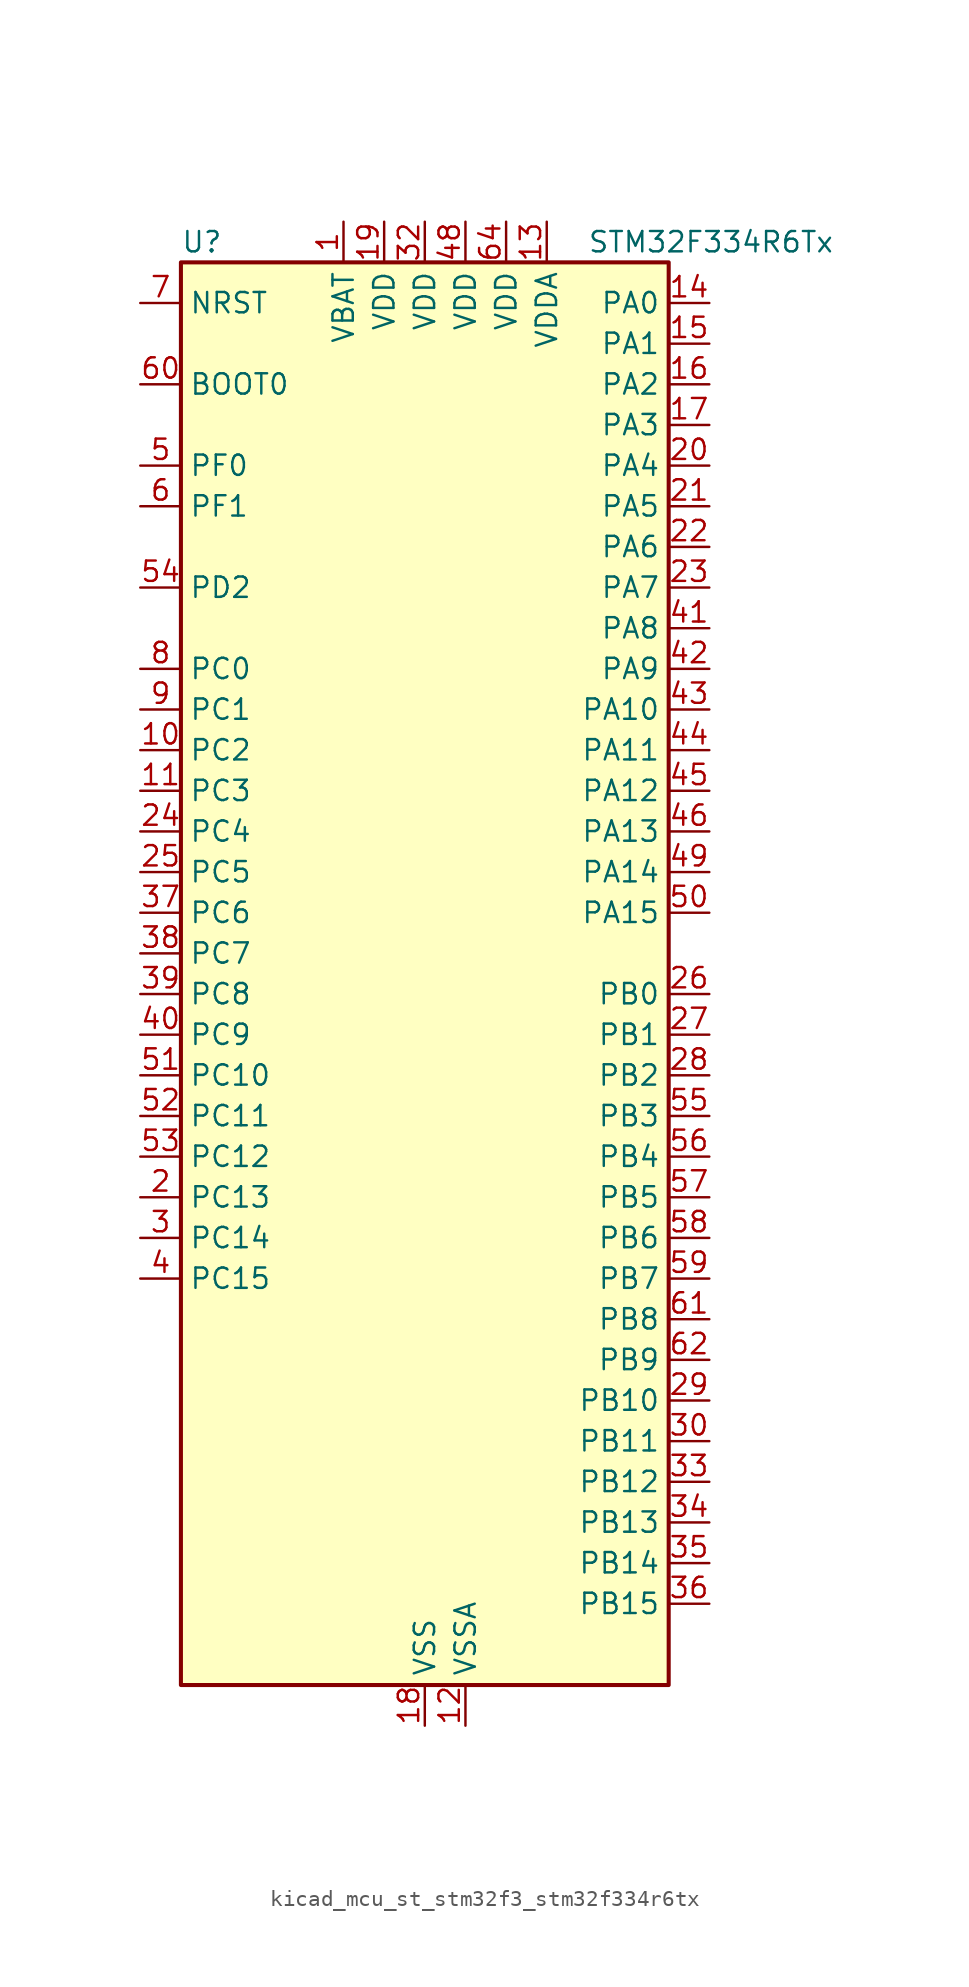
<source format=kicad_sym>
(kicad_symbol_lib
  (version 20220914)
  (generator kicad_symbol_editor)
  (symbol "kicad_mcu_st_stm32f3_stm32f334r6tx"
    (property "Reference" "U"
      (at -15.24 46.99 0)
      (effects (font (size 1.27 1.27)) (justify left)))
    (property "Value" "STM32F334R6Tx"
      (at 10.16 46.99 0)
      (effects (font (size 1.27 1.27)) (justify left)))
    (property "ki_locked" ""
      (at 0 0 0)
      (effects (font (size 1.27 1.27))))
    (symbol "kicad_mcu_st_stm32f3_stm32f334r6tx_0_1"
      (rectangle (start -15.24 -43.18) (end 15.24 45.72) (stroke (width 0.254) (type default)) (fill (type background))))
    (symbol "kicad_mcu_st_stm32f3_stm32f334r6tx_1_1"
      (pin power_in line (at -5.08 48.26 270) (length 2.54) (name "VBAT" (effects (font (size 1.27 1.27)))) (number "1" (effects (font (size 1.27 1.27)))))
      (pin bidirectional line (at -17.78 15.24 0) (length 2.54) (name "PC2" (effects (font (size 1.27 1.27)))) (number "10" (effects (font (size 1.27 1.27)))) (alternate "ADC1_IN8" bidirectional line) (alternate "ADC2_IN8" bidirectional line) (alternate "TIM1_CH3" bidirectional line))
      (pin bidirectional line (at -17.78 12.7 0) (length 2.54) (name "PC3" (effects (font (size 1.27 1.27)))) (number "11" (effects (font (size 1.27 1.27)))) (alternate "ADC1_IN9" bidirectional line) (alternate "ADC2_IN9" bidirectional line) (alternate "TIM1_BKIN2" bidirectional line) (alternate "TIM1_CH4" bidirectional line))
      (pin power_in line (at 2.54 -45.72 90) (length 2.54) (name "VSSA" (effects (font (size 1.27 1.27)))) (number "12" (effects (font (size 1.27 1.27)))))
      (pin power_in line (at 7.62 48.26 270) (length 2.54) (name "VDDA" (effects (font (size 1.27 1.27)))) (number "13" (effects (font (size 1.27 1.27)))))
      (pin bidirectional line (at 17.78 43.18 180) (length 2.54) (name "PA0" (effects (font (size 1.27 1.27)))) (number "14" (effects (font (size 1.27 1.27)))) (alternate "ADC1_IN1" bidirectional line) (alternate "RTC_TAMP2" bidirectional line) (alternate "SYS_WKUP1" bidirectional line) (alternate "TIM2_CH1" bidirectional line) (alternate "TIM2_ETR" bidirectional line) (alternate "TSC_G1_IO1" bidirectional line) (alternate "USART2_CTS" bidirectional line))
      (pin bidirectional line (at 17.78 40.64 180) (length 2.54) (name "PA1" (effects (font (size 1.27 1.27)))) (number "15" (effects (font (size 1.27 1.27)))) (alternate "ADC1_IN2" bidirectional line) (alternate "RTC_REFIN" bidirectional line) (alternate "TIM15_CH1N" bidirectional line) (alternate "TIM2_CH2" bidirectional line) (alternate "TSC_G1_IO2" bidirectional line) (alternate "USART2_DE" bidirectional line) (alternate "USART2_RTS" bidirectional line))
      (pin bidirectional line (at 17.78 38.1 180) (length 2.54) (name "PA2" (effects (font (size 1.27 1.27)))) (number "16" (effects (font (size 1.27 1.27)))) (alternate "ADC1_IN3" bidirectional line) (alternate "COMP2_INM" bidirectional line) (alternate "COMP2_OUT" bidirectional line) (alternate "TIM15_CH1" bidirectional line) (alternate "TIM2_CH3" bidirectional line) (alternate "TSC_G1_IO3" bidirectional line) (alternate "USART2_TX" bidirectional line))
      (pin bidirectional line (at 17.78 35.56 180) (length 2.54) (name "PA3" (effects (font (size 1.27 1.27)))) (number "17" (effects (font (size 1.27 1.27)))) (alternate "ADC1_IN4" bidirectional line) (alternate "TIM15_CH2" bidirectional line) (alternate "TIM2_CH4" bidirectional line) (alternate "TSC_G1_IO4" bidirectional line) (alternate "USART2_RX" bidirectional line))
      (pin power_in line (at 0 -45.72 90) (length 2.54) (name "VSS" (effects (font (size 1.27 1.27)))) (number "18" (effects (font (size 1.27 1.27)))))
      (pin power_in line (at -2.54 48.26 270) (length 2.54) (name "VDD" (effects (font (size 1.27 1.27)))) (number "19" (effects (font (size 1.27 1.27)))))
      (pin bidirectional line (at -17.78 -12.7 0) (length 2.54) (name "PC13" (effects (font (size 1.27 1.27)))) (number "2" (effects (font (size 1.27 1.27)))) (alternate "RTC_OUT_ALARM" bidirectional line) (alternate "RTC_OUT_CALIB" bidirectional line) (alternate "RTC_TAMP1" bidirectional line) (alternate "RTC_TS" bidirectional line) (alternate "SYS_WKUP2" bidirectional line) (alternate "TIM1_CH1N" bidirectional line))
      (pin bidirectional line (at 17.78 33.02 180) (length 2.54) (name "PA4" (effects (font (size 1.27 1.27)))) (number "20" (effects (font (size 1.27 1.27)))) (alternate "ADC2_IN1" bidirectional line) (alternate "COMP2_INM" bidirectional line) (alternate "COMP4_INM" bidirectional line) (alternate "COMP6_INM" bidirectional line) (alternate "DAC1_OUT1" bidirectional line) (alternate "SPI1_NSS" bidirectional line) (alternate "TIM3_CH2" bidirectional line) (alternate "TSC_G2_IO1" bidirectional line) (alternate "USART2_CK" bidirectional line))
      (pin bidirectional line (at 17.78 30.48 180) (length 2.54) (name "PA5" (effects (font (size 1.27 1.27)))) (number "21" (effects (font (size 1.27 1.27)))) (alternate "ADC2_IN2" bidirectional line) (alternate "DAC1_OUT2" bidirectional line) (alternate "OPAMP2_VINM" bidirectional line) (alternate "OPAMP2_VINM_SEC" bidirectional line) (alternate "SPI1_SCK" bidirectional line) (alternate "TIM2_CH1" bidirectional line) (alternate "TIM2_ETR" bidirectional line) (alternate "TSC_G2_IO2" bidirectional line))
      (pin bidirectional line (at 17.78 27.94 180) (length 2.54) (name "PA6" (effects (font (size 1.27 1.27)))) (number "22" (effects (font (size 1.27 1.27)))) (alternate "ADC2_IN3" bidirectional line) (alternate "DAC2_OUT1" bidirectional line) (alternate "OPAMP2_DIG" bidirectional line) (alternate "OPAMP2_VOUT" bidirectional line) (alternate "SPI1_MISO" bidirectional line) (alternate "TIM16_CH1" bidirectional line) (alternate "TIM1_BKIN" bidirectional line) (alternate "TIM3_CH1" bidirectional line) (alternate "TSC_G2_IO3" bidirectional line))
      (pin bidirectional line (at 17.78 25.4 180) (length 2.54) (name "PA7" (effects (font (size 1.27 1.27)))) (number "23" (effects (font (size 1.27 1.27)))) (alternate "ADC2_IN4" bidirectional line) (alternate "COMP2_INP" bidirectional line) (alternate "OPAMP2_VINP" bidirectional line) (alternate "OPAMP2_VINP_SEC" bidirectional line) (alternate "SPI1_MOSI" bidirectional line) (alternate "TIM17_CH1" bidirectional line) (alternate "TIM1_CH1N" bidirectional line) (alternate "TIM3_CH2" bidirectional line) (alternate "TSC_G2_IO4" bidirectional line))
      (pin bidirectional line (at -17.78 10.16 0) (length 2.54) (name "PC4" (effects (font (size 1.27 1.27)))) (number "24" (effects (font (size 1.27 1.27)))) (alternate "ADC2_IN5" bidirectional line) (alternate "TIM1_ETR" bidirectional line) (alternate "USART1_TX" bidirectional line))
      (pin bidirectional line (at -17.78 7.62 0) (length 2.54) (name "PC5" (effects (font (size 1.27 1.27)))) (number "25" (effects (font (size 1.27 1.27)))) (alternate "ADC2_IN11" bidirectional line) (alternate "OPAMP2_VINM" bidirectional line) (alternate "OPAMP2_VINM_SEC" bidirectional line) (alternate "TIM15_BKIN" bidirectional line) (alternate "TSC_G3_IO1" bidirectional line) (alternate "USART1_RX" bidirectional line))
      (pin bidirectional line (at 17.78 0 180) (length 2.54) (name "PB0" (effects (font (size 1.27 1.27)))) (number "26" (effects (font (size 1.27 1.27)))) (alternate "ADC1_IN11" bidirectional line) (alternate "COMP4_INP" bidirectional line) (alternate "OPAMP2_VINP" bidirectional line) (alternate "OPAMP2_VINP_SEC" bidirectional line) (alternate "TIM1_CH2N" bidirectional line) (alternate "TIM3_CH3" bidirectional line) (alternate "TSC_G3_IO2" bidirectional line))
      (pin bidirectional line (at 17.78 -2.54 180) (length 2.54) (name "PB1" (effects (font (size 1.27 1.27)))) (number "27" (effects (font (size 1.27 1.27)))) (alternate "ADC1_IN12" bidirectional line) (alternate "COMP4_OUT" bidirectional line) (alternate "HRTIM1_SCOUT" bidirectional line) (alternate "TIM1_CH3N" bidirectional line) (alternate "TIM3_CH4" bidirectional line) (alternate "TSC_G3_IO3" bidirectional line))
      (pin bidirectional line (at 17.78 -5.08 180) (length 2.54) (name "PB2" (effects (font (size 1.27 1.27)))) (number "28" (effects (font (size 1.27 1.27)))) (alternate "ADC2_IN12" bidirectional line) (alternate "COMP4_INM" bidirectional line) (alternate "HRTIM1_SCIN" bidirectional line) (alternate "TSC_G3_IO4" bidirectional line))
      (pin bidirectional line (at 17.78 -25.4 180) (length 2.54) (name "PB10" (effects (font (size 1.27 1.27)))) (number "29" (effects (font (size 1.27 1.27)))) (alternate "HRTIM1_FLT3" bidirectional line) (alternate "TIM2_CH3" bidirectional line) (alternate "TSC_SYNC" bidirectional line) (alternate "USART3_TX" bidirectional line))
      (pin bidirectional line (at -17.78 -15.24 0) (length 2.54) (name "PC14" (effects (font (size 1.27 1.27)))) (number "3" (effects (font (size 1.27 1.27)))) (alternate "RCC_OSC32_IN" bidirectional line))
      (pin bidirectional line (at 17.78 -27.94 180) (length 2.54) (name "PB11" (effects (font (size 1.27 1.27)))) (number "30" (effects (font (size 1.27 1.27)))) (alternate "ADC1_EXTI11" bidirectional line) (alternate "ADC2_EXTI11" bidirectional line) (alternate "COMP6_INP" bidirectional line) (alternate "HRTIM1_FLT4" bidirectional line) (alternate "TIM2_CH4" bidirectional line) (alternate "TSC_G6_IO1" bidirectional line) (alternate "USART3_RX" bidirectional line))
      (pin passive line (at 0 -45.72 90) (length 2.54) hide (name "VSS" (effects (font (size 1.27 1.27)))) (number "31" (effects (font (size 1.27 1.27)))))
      (pin power_in line (at 0 48.26 270) (length 2.54) (name "VDD" (effects (font (size 1.27 1.27)))) (number "32" (effects (font (size 1.27 1.27)))))
      (pin bidirectional line (at 17.78 -30.48 180) (length 2.54) (name "PB12" (effects (font (size 1.27 1.27)))) (number "33" (effects (font (size 1.27 1.27)))) (alternate "ADC2_IN13" bidirectional line) (alternate "HRTIM1_CHC1" bidirectional line) (alternate "TIM1_BKIN" bidirectional line) (alternate "TSC_G6_IO2" bidirectional line) (alternate "USART3_CK" bidirectional line))
      (pin bidirectional line (at 17.78 -33.02 180) (length 2.54) (name "PB13" (effects (font (size 1.27 1.27)))) (number "34" (effects (font (size 1.27 1.27)))) (alternate "ADC1_IN13" bidirectional line) (alternate "HRTIM1_CHC2" bidirectional line) (alternate "TIM1_CH1N" bidirectional line) (alternate "TSC_G6_IO3" bidirectional line) (alternate "USART3_CTS" bidirectional line))
      (pin bidirectional line (at 17.78 -35.56 180) (length 2.54) (name "PB14" (effects (font (size 1.27 1.27)))) (number "35" (effects (font (size 1.27 1.27)))) (alternate "ADC2_IN14" bidirectional line) (alternate "HRTIM1_CHD1" bidirectional line) (alternate "OPAMP2_VINP" bidirectional line) (alternate "OPAMP2_VINP_SEC" bidirectional line) (alternate "TIM15_CH1" bidirectional line) (alternate "TIM1_CH2N" bidirectional line) (alternate "TSC_G6_IO4" bidirectional line) (alternate "USART3_DE" bidirectional line) (alternate "USART3_RTS" bidirectional line))
      (pin bidirectional line (at 17.78 -38.1 180) (length 2.54) (name "PB15" (effects (font (size 1.27 1.27)))) (number "36" (effects (font (size 1.27 1.27)))) (alternate "ADC1_EXTI15" bidirectional line) (alternate "ADC2_EXTI15" bidirectional line) (alternate "ADC2_IN15" bidirectional line) (alternate "COMP6_INM" bidirectional line) (alternate "HRTIM1_CHD2" bidirectional line) (alternate "RTC_REFIN" bidirectional line) (alternate "TIM15_CH1N" bidirectional line) (alternate "TIM15_CH2" bidirectional line) (alternate "TIM1_CH3N" bidirectional line))
      (pin bidirectional line (at -17.78 5.08 0) (length 2.54) (name "PC6" (effects (font (size 1.27 1.27)))) (number "37" (effects (font (size 1.27 1.27)))) (alternate "COMP6_OUT" bidirectional line) (alternate "HRTIM1_EEV10" bidirectional line) (alternate "TIM3_CH1" bidirectional line))
      (pin bidirectional line (at -17.78 2.54 0) (length 2.54) (name "PC7" (effects (font (size 1.27 1.27)))) (number "38" (effects (font (size 1.27 1.27)))) (alternate "HRTIM1_FLT5" bidirectional line) (alternate "TIM3_CH2" bidirectional line))
      (pin bidirectional line (at -17.78 0 0) (length 2.54) (name "PC8" (effects (font (size 1.27 1.27)))) (number "39" (effects (font (size 1.27 1.27)))) (alternate "HRTIM1_CHE1" bidirectional line) (alternate "TIM3_CH3" bidirectional line))
      (pin bidirectional line (at -17.78 -17.78 0) (length 2.54) (name "PC15" (effects (font (size 1.27 1.27)))) (number "4" (effects (font (size 1.27 1.27)))) (alternate "ADC1_EXTI15" bidirectional line) (alternate "ADC2_EXTI15" bidirectional line) (alternate "RCC_OSC32_OUT" bidirectional line))
      (pin bidirectional line (at -17.78 -2.54 0) (length 2.54) (name "PC9" (effects (font (size 1.27 1.27)))) (number "40" (effects (font (size 1.27 1.27)))) (alternate "DAC1_EXTI9" bidirectional line) (alternate "DAC2_EXTI9" bidirectional line) (alternate "HRTIM1_CHE2" bidirectional line) (alternate "TIM3_CH4" bidirectional line))
      (pin bidirectional line (at 17.78 22.86 180) (length 2.54) (name "PA8" (effects (font (size 1.27 1.27)))) (number "41" (effects (font (size 1.27 1.27)))) (alternate "HRTIM1_CHA1" bidirectional line) (alternate "RCC_MCO" bidirectional line) (alternate "TIM1_CH1" bidirectional line) (alternate "USART1_CK" bidirectional line))
      (pin bidirectional line (at 17.78 20.32 180) (length 2.54) (name "PA9" (effects (font (size 1.27 1.27)))) (number "42" (effects (font (size 1.27 1.27)))) (alternate "DAC1_EXTI9" bidirectional line) (alternate "DAC2_EXTI9" bidirectional line) (alternate "HRTIM1_CHA2" bidirectional line) (alternate "TIM15_BKIN" bidirectional line) (alternate "TIM1_CH2" bidirectional line) (alternate "TIM2_CH3" bidirectional line) (alternate "TSC_G4_IO1" bidirectional line) (alternate "USART1_TX" bidirectional line))
      (pin bidirectional line (at 17.78 17.78 180) (length 2.54) (name "PA10" (effects (font (size 1.27 1.27)))) (number "43" (effects (font (size 1.27 1.27)))) (alternate "COMP6_OUT" bidirectional line) (alternate "HRTIM1_CHB1" bidirectional line) (alternate "TIM17_BKIN" bidirectional line) (alternate "TIM1_CH3" bidirectional line) (alternate "TIM2_CH4" bidirectional line) (alternate "TSC_G4_IO2" bidirectional line) (alternate "USART1_RX" bidirectional line))
      (pin bidirectional line (at 17.78 15.24 180) (length 2.54) (name "PA11" (effects (font (size 1.27 1.27)))) (number "44" (effects (font (size 1.27 1.27)))) (alternate "ADC1_EXTI11" bidirectional line) (alternate "ADC2_EXTI11" bidirectional line) (alternate "CAN_RX" bidirectional line) (alternate "HRTIM1_CHB2" bidirectional line) (alternate "TIM1_BKIN2" bidirectional line) (alternate "TIM1_CH1N" bidirectional line) (alternate "TIM1_CH4" bidirectional line) (alternate "USART1_CTS" bidirectional line))
      (pin bidirectional line (at 17.78 12.7 180) (length 2.54) (name "PA12" (effects (font (size 1.27 1.27)))) (number "45" (effects (font (size 1.27 1.27)))) (alternate "CAN_TX" bidirectional line) (alternate "COMP2_OUT" bidirectional line) (alternate "HRTIM1_FLT1" bidirectional line) (alternate "TIM16_CH1" bidirectional line) (alternate "TIM1_CH2N" bidirectional line) (alternate "TIM1_ETR" bidirectional line) (alternate "USART1_DE" bidirectional line) (alternate "USART1_RTS" bidirectional line))
      (pin bidirectional line (at 17.78 10.16 180) (length 2.54) (name "PA13" (effects (font (size 1.27 1.27)))) (number "46" (effects (font (size 1.27 1.27)))) (alternate "IR_OUT" bidirectional line) (alternate "SYS_JTMS-SWDIO" bidirectional line) (alternate "TIM16_CH1N" bidirectional line) (alternate "TSC_G4_IO3" bidirectional line) (alternate "USART3_CTS" bidirectional line))
      (pin passive line (at 0 -45.72 90) (length 2.54) hide (name "VSS" (effects (font (size 1.27 1.27)))) (number "47" (effects (font (size 1.27 1.27)))))
      (pin power_in line (at 2.54 48.26 270) (length 2.54) (name "VDD" (effects (font (size 1.27 1.27)))) (number "48" (effects (font (size 1.27 1.27)))))
      (pin bidirectional line (at 17.78 7.62 180) (length 2.54) (name "PA14" (effects (font (size 1.27 1.27)))) (number "49" (effects (font (size 1.27 1.27)))) (alternate "I2C1_SDA" bidirectional line) (alternate "SYS_JTCK-SWCLK" bidirectional line) (alternate "TIM1_BKIN" bidirectional line) (alternate "TSC_G4_IO4" bidirectional line) (alternate "USART2_TX" bidirectional line))
      (pin bidirectional line (at -17.78 33.02 0) (length 2.54) (name "PF0" (effects (font (size 1.27 1.27)))) (number "5" (effects (font (size 1.27 1.27)))) (alternate "RCC_OSC_IN" bidirectional line) (alternate "TIM1_CH3N" bidirectional line))
      (pin bidirectional line (at 17.78 5.08 180) (length 2.54) (name "PA15" (effects (font (size 1.27 1.27)))) (number "50" (effects (font (size 1.27 1.27)))) (alternate "ADC1_EXTI15" bidirectional line) (alternate "ADC2_EXTI15" bidirectional line) (alternate "HRTIM1_FLT2" bidirectional line) (alternate "I2C1_SCL" bidirectional line) (alternate "SPI1_NSS" bidirectional line) (alternate "SYS_JTDI" bidirectional line) (alternate "TIM1_BKIN" bidirectional line) (alternate "TIM2_CH1" bidirectional line) (alternate "TIM2_ETR" bidirectional line) (alternate "TSC_SYNC" bidirectional line) (alternate "USART2_RX" bidirectional line))
      (pin bidirectional line (at -17.78 -5.08 0) (length 2.54) (name "PC10" (effects (font (size 1.27 1.27)))) (number "51" (effects (font (size 1.27 1.27)))) (alternate "USART3_TX" bidirectional line))
      (pin bidirectional line (at -17.78 -7.62 0) (length 2.54) (name "PC11" (effects (font (size 1.27 1.27)))) (number "52" (effects (font (size 1.27 1.27)))) (alternate "ADC1_EXTI11" bidirectional line) (alternate "ADC2_EXTI11" bidirectional line) (alternate "HRTIM1_EEV2" bidirectional line) (alternate "USART3_RX" bidirectional line))
      (pin bidirectional line (at -17.78 -10.16 0) (length 2.54) (name "PC12" (effects (font (size 1.27 1.27)))) (number "53" (effects (font (size 1.27 1.27)))) (alternate "HRTIM1_EEV1" bidirectional line) (alternate "USART3_CK" bidirectional line))
      (pin bidirectional line (at -17.78 25.4 0) (length 2.54) (name "PD2" (effects (font (size 1.27 1.27)))) (number "54" (effects (font (size 1.27 1.27)))) (alternate "TIM3_ETR" bidirectional line))
      (pin bidirectional line (at 17.78 -7.62 180) (length 2.54) (name "PB3" (effects (font (size 1.27 1.27)))) (number "55" (effects (font (size 1.27 1.27)))) (alternate "HRTIM1_EEV9" bidirectional line) (alternate "HRTIM1_SCOUT" bidirectional line) (alternate "SPI1_SCK" bidirectional line) (alternate "SYS_JTDO-TRACESWO" bidirectional line) (alternate "TIM2_CH2" bidirectional line) (alternate "TIM3_ETR" bidirectional line) (alternate "TSC_G5_IO1" bidirectional line) (alternate "USART2_TX" bidirectional line))
      (pin bidirectional line (at 17.78 -10.16 180) (length 2.54) (name "PB4" (effects (font (size 1.27 1.27)))) (number "56" (effects (font (size 1.27 1.27)))) (alternate "HRTIM1_EEV7" bidirectional line) (alternate "SPI1_MISO" bidirectional line) (alternate "SYS_NJTRST" bidirectional line) (alternate "TIM16_CH1" bidirectional line) (alternate "TIM17_BKIN" bidirectional line) (alternate "TIM3_CH1" bidirectional line) (alternate "TSC_G5_IO2" bidirectional line) (alternate "USART2_RX" bidirectional line))
      (pin bidirectional line (at 17.78 -12.7 180) (length 2.54) (name "PB5" (effects (font (size 1.27 1.27)))) (number "57" (effects (font (size 1.27 1.27)))) (alternate "HRTIM1_EEV6" bidirectional line) (alternate "I2C1_SMBA" bidirectional line) (alternate "SPI1_MOSI" bidirectional line) (alternate "TIM16_BKIN" bidirectional line) (alternate "TIM17_CH1" bidirectional line) (alternate "TIM3_CH2" bidirectional line) (alternate "USART2_CK" bidirectional line))
      (pin bidirectional line (at 17.78 -15.24 180) (length 2.54) (name "PB6" (effects (font (size 1.27 1.27)))) (number "58" (effects (font (size 1.27 1.27)))) (alternate "HRTIM1_EEV4" bidirectional line) (alternate "HRTIM1_SCIN" bidirectional line) (alternate "I2C1_SCL" bidirectional line) (alternate "TIM16_CH1N" bidirectional line) (alternate "TSC_G5_IO3" bidirectional line) (alternate "USART1_TX" bidirectional line))
      (pin bidirectional line (at 17.78 -17.78 180) (length 2.54) (name "PB7" (effects (font (size 1.27 1.27)))) (number "59" (effects (font (size 1.27 1.27)))) (alternate "HRTIM1_EEV3" bidirectional line) (alternate "I2C1_SDA" bidirectional line) (alternate "TIM17_CH1N" bidirectional line) (alternate "TIM3_CH4" bidirectional line) (alternate "TSC_G5_IO4" bidirectional line) (alternate "USART1_RX" bidirectional line))
      (pin bidirectional line (at -17.78 30.48 0) (length 2.54) (name "PF1" (effects (font (size 1.27 1.27)))) (number "6" (effects (font (size 1.27 1.27)))) (alternate "RCC_OSC_OUT" bidirectional line))
      (pin input line (at -17.78 38.1 0) (length 2.54) (name "BOOT0" (effects (font (size 1.27 1.27)))) (number "60" (effects (font (size 1.27 1.27)))))
      (pin bidirectional line (at 17.78 -20.32 180) (length 2.54) (name "PB8" (effects (font (size 1.27 1.27)))) (number "61" (effects (font (size 1.27 1.27)))) (alternate "CAN_RX" bidirectional line) (alternate "HRTIM1_EEV8" bidirectional line) (alternate "I2C1_SCL" bidirectional line) (alternate "TIM16_CH1" bidirectional line) (alternate "TIM1_BKIN" bidirectional line) (alternate "TSC_SYNC" bidirectional line) (alternate "USART3_RX" bidirectional line))
      (pin bidirectional line (at 17.78 -22.86 180) (length 2.54) (name "PB9" (effects (font (size 1.27 1.27)))) (number "62" (effects (font (size 1.27 1.27)))) (alternate "CAN_TX" bidirectional line) (alternate "COMP2_OUT" bidirectional line) (alternate "DAC1_EXTI9" bidirectional line) (alternate "DAC2_EXTI9" bidirectional line) (alternate "HRTIM1_EEV5" bidirectional line) (alternate "I2C1_SDA" bidirectional line) (alternate "IR_OUT" bidirectional line) (alternate "TIM17_CH1" bidirectional line) (alternate "USART3_TX" bidirectional line))
      (pin passive line (at 0 -45.72 90) (length 2.54) hide (name "VSS" (effects (font (size 1.27 1.27)))) (number "63" (effects (font (size 1.27 1.27)))))
      (pin power_in line (at 5.08 48.26 270) (length 2.54) (name "VDD" (effects (font (size 1.27 1.27)))) (number "64" (effects (font (size 1.27 1.27)))))
      (pin input line (at -17.78 43.18 0) (length 2.54) (name "NRST" (effects (font (size 1.27 1.27)))) (number "7" (effects (font (size 1.27 1.27)))))
      (pin bidirectional line (at -17.78 20.32 0) (length 2.54) (name "PC0" (effects (font (size 1.27 1.27)))) (number "8" (effects (font (size 1.27 1.27)))) (alternate "ADC1_IN6" bidirectional line) (alternate "ADC2_IN6" bidirectional line) (alternate "TIM1_CH1" bidirectional line))
      (pin bidirectional line (at -17.78 17.78 0) (length 2.54) (name "PC1" (effects (font (size 1.27 1.27)))) (number "9" (effects (font (size 1.27 1.27)))) (alternate "ADC1_IN7" bidirectional line) (alternate "ADC2_IN7" bidirectional line) (alternate "TIM1_CH2" bidirectional line)))))
</source>
